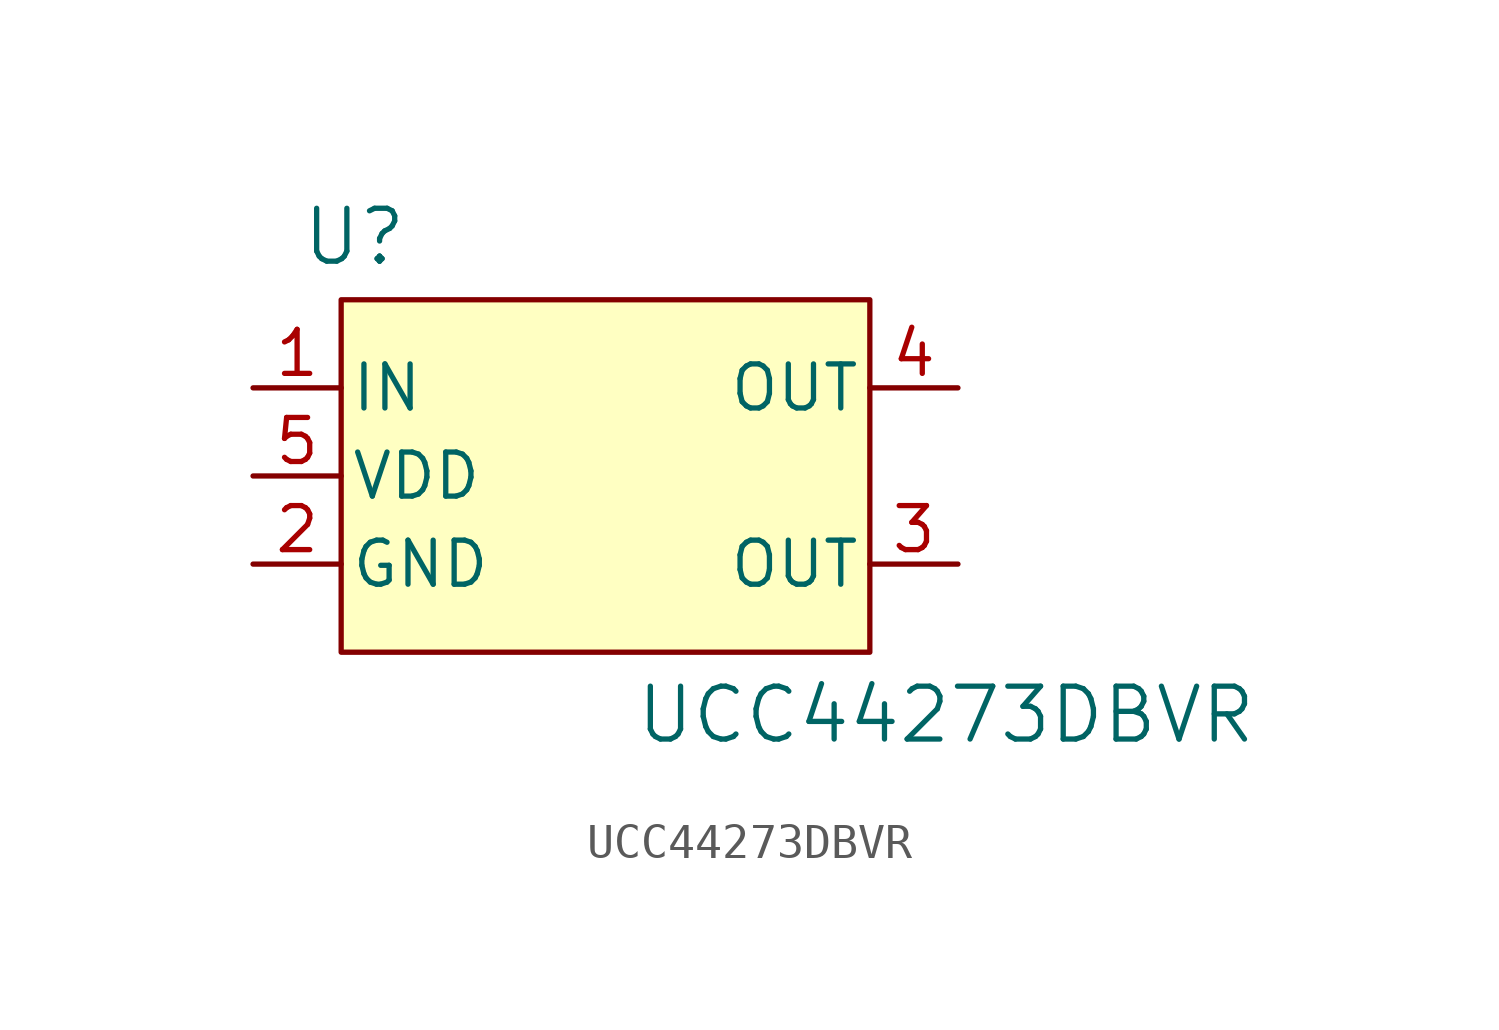
<source format=kicad_sym>
(kicad_symbol_lib
  (version 20231120)
  (generator "kicad_symbol_editor")
  (generator_version "8.0")
  (symbol "UCC44273DBVR"
    (pin_names
      (offset 0.254))
    (property "Reference" "U"
      (at 13.082 4.35 0)
      (effects (font (size 1.524 1.524))))
    (property "Value" "UCC44273DBVR"
      (at 30.14 -9.426 0)
      (effects (font (size 1.524 1.524))))
    (symbol "UCC44273DBVR_1_1"
      (rectangle (start 12.7 2.54) (end 27.94 -7.62) (stroke (width 0) (type default)) (fill (type background)))
      (pin input line (at 10.16 0 0) (length 2.54) (name "IN" (effects (font (size 1.27 1.27)))) (number "1" (effects (font (size 1.27 1.27)))))
      (pin power_out line (at 10.16 -5.08 0) (length 2.54) (name "GND" (effects (font (size 1.27 1.27)))) (number "2" (effects (font (size 1.27 1.27)))))
      (pin output line (at 30.48 -5.08 180) (length 2.54) (name "OUT" (effects (font (size 1.27 1.27)))) (number "3" (effects (font (size 1.27 1.27)))))
      (pin output line (at 30.48 0 180) (length 2.54) (name "OUT" (effects (font (size 1.27 1.27)))) (number "4" (effects (font (size 1.27 1.27)))))
      (pin power_in line (at 10.16 -2.54 0) (length 2.54) (name "VDD" (effects (font (size 1.27 1.27)))) (number "5" (effects (font (size 1.27 1.27))))))))
</source>
